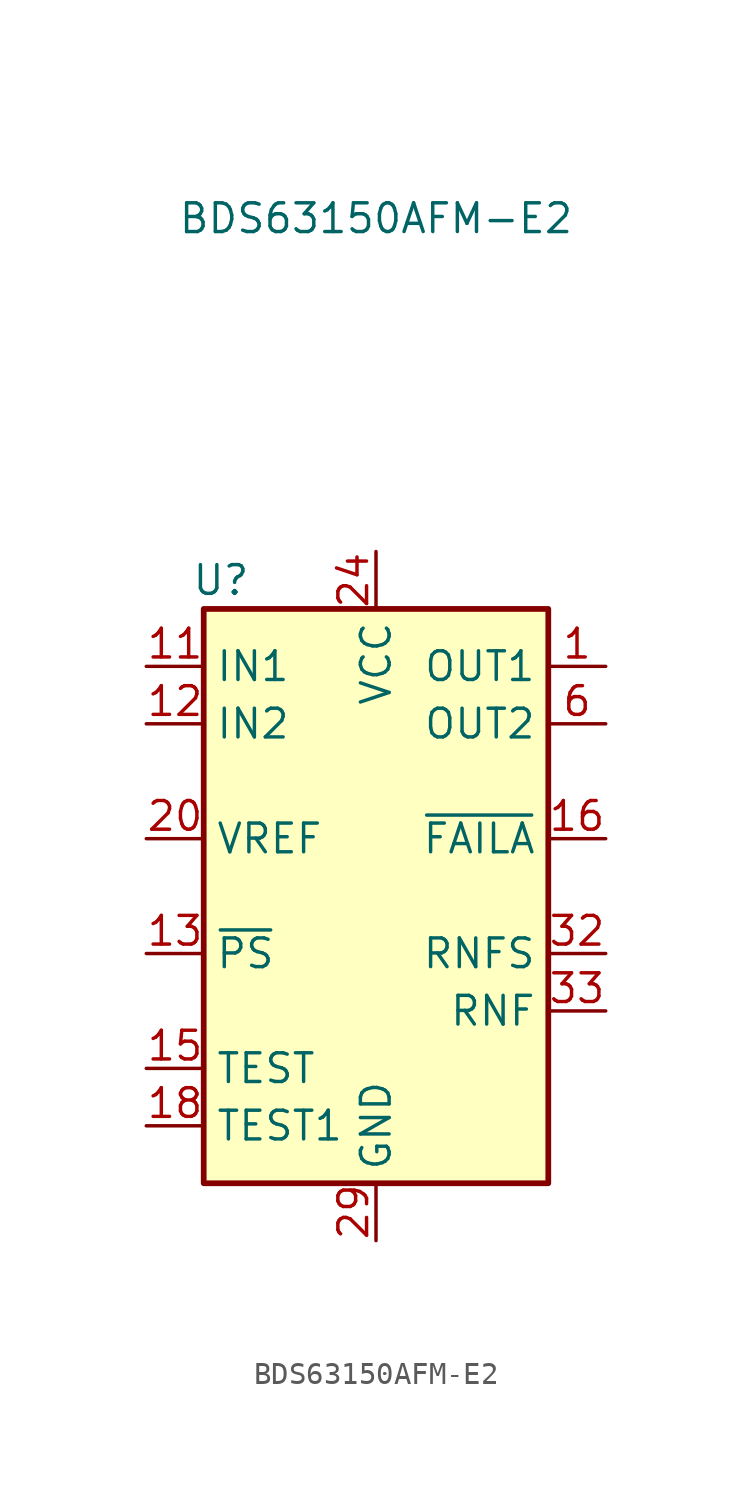
<source format=kicad_sym>
(kicad_symbol_lib
  (version 20241209)
  (generator "kicad_symbol_editor")
  (generator_version "9.0")
  (symbol "BDS63150AFM-E2"
    (property "Reference" "U"
      (at -6.858 13.97 0)
      (effects (font (size 1.27 1.27))))
    (property "Value" "BDS63150AFM-E2"
      (at 0 29.972 0)
      (effects (font (size 1.27 1.27))))
    (symbol "BDS63150AFM-E2_1_1"
      (rectangle (start -7.62 12.7) (end 7.62 -12.7) (stroke (width 0.254) (type default)) (fill (type background)))
      (pin input line (at -10.16 10.16 0) (length 2.54) (name "IN1" (effects (font (size 1.27 1.27)))) (number "11" (effects (font (size 1.27 1.27)))))
      (pin input line (at -10.16 7.62 0) (length 2.54) (name "IN2" (effects (font (size 1.27 1.27)))) (number "12" (effects (font (size 1.27 1.27)))))
      (pin input line (at -10.16 2.54 0) (length 2.54) (name "VREF" (effects (font (size 1.27 1.27)))) (number "20" (effects (font (size 1.27 1.27)))))
      (pin input line (at -10.16 -2.54 0) (length 2.54) (name "~{PS}" (effects (font (size 1.27 1.27)))) (number "13" (effects (font (size 1.27 1.27)))))
      (pin passive line (at -10.16 -7.62 0) (length 2.54) (name "TEST" (effects (font (size 1.27 1.27)))) (number "15" (effects (font (size 1.27 1.27)))))
      (pin passive line (at -10.16 -10.16 0) (length 2.54) (name "TEST1" (effects (font (size 1.27 1.27)))) (number "18" (effects (font (size 1.27 1.27)))))
      (pin no_connect line (at -2.54 5.08 90) (length 2.54) (hide yes) (name "NC" (effects (font (size 1.27 1.27)))) (number "36" (effects (font (size 1.27 1.27)))))
      (pin no_connect line (at -2.54 3.81 90) (length 2.54) (hide yes) (name "NC" (effects (font (size 1.27 1.27)))) (number "23" (effects (font (size 1.27 1.27)))))
      (pin no_connect line (at -2.54 2.54 90) (length 2.54) (hide yes) (name "NC" (effects (font (size 1.27 1.27)))) (number "10" (effects (font (size 1.27 1.27)))))
      (pin no_connect line (at -1.27 5.08 90) (length 2.54) (hide yes) (name "NC" (effects (font (size 1.27 1.27)))) (number "31" (effects (font (size 1.27 1.27)))))
      (pin no_connect line (at -1.27 3.81 90) (length 2.54) (hide yes) (name "NC" (effects (font (size 1.27 1.27)))) (number "21" (effects (font (size 1.27 1.27)))))
      (pin no_connect line (at -1.27 2.54 90) (length 2.54) (hide yes) (name "NC" (effects (font (size 1.27 1.27)))) (number "14" (effects (font (size 1.27 1.27)))))
      (pin power_in line (at 0 15.24 270) (length 2.54) (name "VCC" (effects (font (size 1.27 1.27)))) (number "24" (effects (font (size 1.27 1.27)))))
      (pin passive line (at 0 15.24 270) (length 2.54) (hide yes) (name "VCC" (effects (font (size 1.27 1.27)))) (number "25" (effects (font (size 1.27 1.27)))))
      (pin passive line (at 0 15.24 270) (length 2.54) (hide yes) (name "VCC" (effects (font (size 1.27 1.27)))) (number "26" (effects (font (size 1.27 1.27)))))
      (pin no_connect line (at 0 6.35 90) (length 2.54) (hide yes) (name "NC" (effects (font (size 1.27 1.27)))) (number "5" (effects (font (size 1.27 1.27)))))
      (pin no_connect line (at 0 5.08 90) (length 2.54) (hide yes) (name "NC" (effects (font (size 1.27 1.27)))) (number "30" (effects (font (size 1.27 1.27)))))
      (pin no_connect line (at 0 3.81 90) (length 2.54) (hide yes) (name "NC" (effects (font (size 1.27 1.27)))) (number "19" (effects (font (size 1.27 1.27)))))
      (pin no_connect line (at 0 2.54 90) (length 2.54) (hide yes) (name "NC" (effects (font (size 1.27 1.27)))) (number "9" (effects (font (size 1.27 1.27)))))
      (pin power_in line (at 0 -15.24 90) (length 2.54) (hide yes) (name "GND" (effects (font (size 1.27 1.27)))) (number "22" (effects (font (size 1.27 1.27)))))
      (pin power_in line (at 0 -15.24 90) (length 2.54) (name "GND" (effects (font (size 1.27 1.27)))) (number "29" (effects (font (size 1.27 1.27)))))
      (pin passive line (at 0 -15.24 90) (length 2.54) (hide yes) (name "GND" (effects (font (size 1.27 1.27)))) (number "37" (effects (font (size 1.27 1.27)))))
      (pin passive line (at 0 -15.24 90) (length 2.54) (hide yes) (name "GND" (effects (font (size 1.27 1.27)))) (number "38" (effects (font (size 1.27 1.27)))))
      (pin no_connect line (at 1.27 6.35 90) (length 2.54) (hide yes) (name "NC" (effects (font (size 1.27 1.27)))) (number "4" (effects (font (size 1.27 1.27)))))
      (pin no_connect line (at 1.27 5.08 90) (length 2.54) (hide yes) (name "NC" (effects (font (size 1.27 1.27)))) (number "27" (effects (font (size 1.27 1.27)))))
      (pin no_connect line (at 1.27 3.81 90) (length 2.54) (hide yes) (name "NC" (effects (font (size 1.27 1.27)))) (number "17" (effects (font (size 1.27 1.27)))))
      (pin no_connect line (at 1.27 2.54 90) (length 2.54) (hide yes) (name "NC" (effects (font (size 1.27 1.27)))) (number "28" (effects (font (size 1.27 1.27)))))
      (pin output line (at 10.16 10.16 180) (length 2.54) (name "OUT1" (effects (font (size 1.27 1.27)))) (number "1" (effects (font (size 1.27 1.27)))))
      (pin passive line (at 10.16 10.16 180) (length 2.54) (hide yes) (name "OUT1" (effects (font (size 1.27 1.27)))) (number "2" (effects (font (size 1.27 1.27)))))
      (pin passive line (at 10.16 10.16 180) (length 2.54) (hide yes) (name "OUT1" (effects (font (size 1.27 1.27)))) (number "3" (effects (font (size 1.27 1.27)))))
      (pin output line (at 10.16 7.62 180) (length 2.54) (name "OUT2" (effects (font (size 1.27 1.27)))) (number "6" (effects (font (size 1.27 1.27)))))
      (pin passive line (at 10.16 7.62 180) (length 2.54) (hide yes) (name "OUT2" (effects (font (size 1.27 1.27)))) (number "7" (effects (font (size 1.27 1.27)))))
      (pin passive line (at 10.16 7.62 180) (length 2.54) (hide yes) (name "OUT2" (effects (font (size 1.27 1.27)))) (number "8" (effects (font (size 1.27 1.27)))))
      (pin output line (at 10.16 2.54 180) (length 2.54) (name "~{FAILA}" (effects (font (size 1.27 1.27)))) (number "16" (effects (font (size 1.27 1.27)))))
      (pin input line (at 10.16 -2.54 180) (length 2.54) (name "RNFS" (effects (font (size 1.27 1.27)))) (number "32" (effects (font (size 1.27 1.27)))))
      (pin passive line (at 10.16 -5.08 180) (length 2.54) (name "RNF" (effects (font (size 1.27 1.27)))) (number "33" (effects (font (size 1.27 1.27)))))
      (pin passive line (at 10.16 -5.08 180) (length 2.54) (hide yes) (name "RNF" (effects (font (size 1.27 1.27)))) (number "34" (effects (font (size 1.27 1.27)))))
      (pin passive line (at 10.16 -5.08 180) (length 2.54) (hide yes) (name "RNF" (effects (font (size 1.27 1.27)))) (number "35" (effects (font (size 1.27 1.27))))))))
</source>
